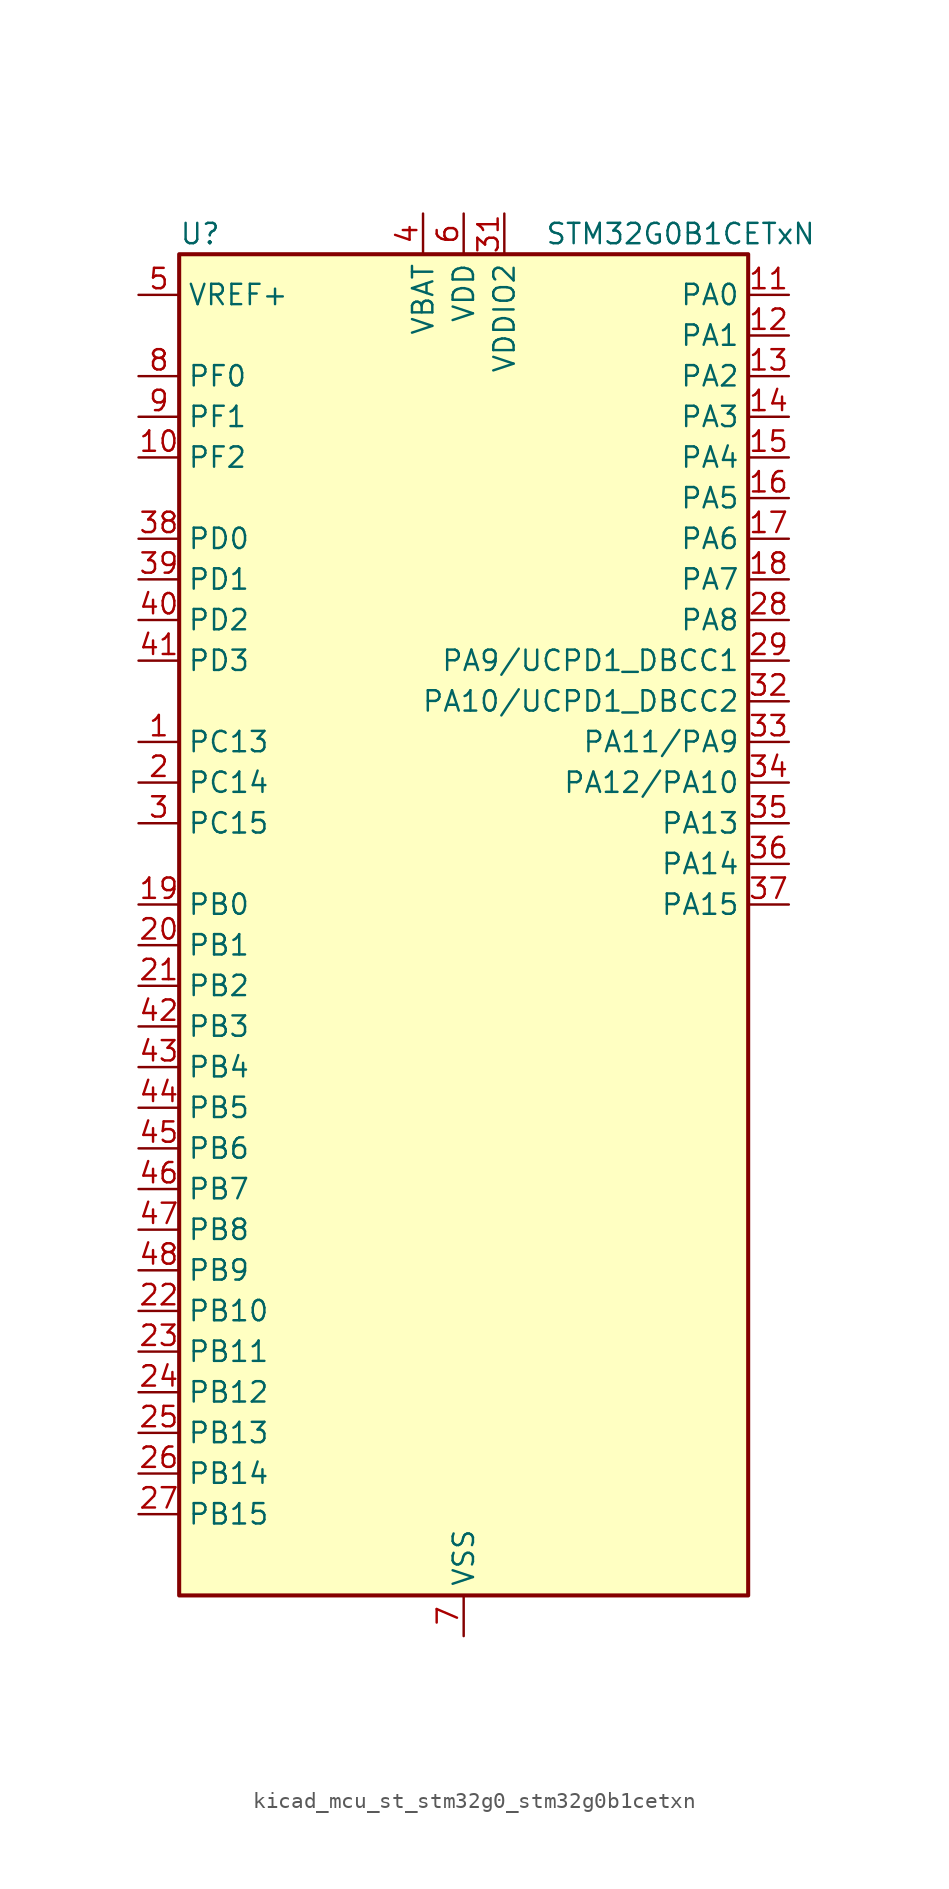
<source format=kicad_sym>
(kicad_symbol_lib
  (version 20220914)
  (generator kicad_symbol_editor)
  (symbol "kicad_mcu_st_stm32g0_stm32g0b1cetxn"
    (property "Reference" "U"
      (at -17.78 44.45 0)
      (effects (font (size 1.27 1.27)) (justify left)))
    (property "Value" "STM32G0B1CETxN"
      (at 5.08 44.45 0)
      (effects (font (size 1.27 1.27)) (justify left)))
    (property "ki_locked" ""
      (at 0 0 0)
      (effects (font (size 1.27 1.27))))
    (symbol "kicad_mcu_st_stm32g0_stm32g0b1cetxn_0_1"
      (rectangle (start -17.78 -40.64) (end 17.78 43.18) (stroke (width 0.254) (type default)) (fill (type background))))
    (symbol "kicad_mcu_st_stm32g0_stm32g0b1cetxn_1_1"
      (pin bidirectional line (at -20.32 12.7 0) (length 2.54) (name "PC13" (effects (font (size 1.27 1.27)))) (number "1" (effects (font (size 1.27 1.27)))) (alternate "RTC_OUT1" bidirectional line) (alternate "RTC_TAMP_IN1" bidirectional line) (alternate "RTC_TS" bidirectional line) (alternate "SYS_WKUP2" bidirectional line) (alternate "TIM1_BK" bidirectional line))
      (pin bidirectional line (at -20.32 30.48 0) (length 2.54) (name "PF2" (effects (font (size 1.27 1.27)))) (number "10" (effects (font (size 1.27 1.27)))) (alternate "LPUART2_DE" bidirectional line) (alternate "LPUART2_RTS" bidirectional line) (alternate "LPUART2_TX" bidirectional line) (alternate "RCC_MCO" bidirectional line))
      (pin bidirectional line (at 20.32 40.64 180) (length 2.54) (name "PA0" (effects (font (size 1.27 1.27)))) (number "11" (effects (font (size 1.27 1.27)))) (alternate "ADC1_IN0" bidirectional line) (alternate "COMP1_INM" bidirectional line) (alternate "COMP1_OUT" bidirectional line) (alternate "I2S2_CK" bidirectional line) (alternate "LPTIM1_OUT" bidirectional line) (alternate "RTC_TAMP_IN2" bidirectional line) (alternate "SPI2_SCK" bidirectional line) (alternate "SYS_WKUP1" bidirectional line) (alternate "TIM2_CH1" bidirectional line) (alternate "TIM2_ETR" bidirectional line) (alternate "UCPD2_FRSTX1" bidirectional line) (alternate "UCPD2_FRSTX2" bidirectional line) (alternate "USART2_CTS" bidirectional line) (alternate "USART2_NSS" bidirectional line) (alternate "USART4_TX" bidirectional line))
      (pin bidirectional line (at 20.32 38.1 180) (length 2.54) (name "PA1" (effects (font (size 1.27 1.27)))) (number "12" (effects (font (size 1.27 1.27)))) (alternate "ADC1_IN1" bidirectional line) (alternate "COMP1_INP" bidirectional line) (alternate "I2C1_SMBA" bidirectional line) (alternate "I2S1_CK" bidirectional line) (alternate "SPI1_SCK" bidirectional line) (alternate "TIM15_CH1N" bidirectional line) (alternate "TIM2_CH2" bidirectional line) (alternate "USART2_CK" bidirectional line) (alternate "USART2_DE" bidirectional line) (alternate "USART2_RTS" bidirectional line) (alternate "USART4_RX" bidirectional line))
      (pin bidirectional line (at 20.32 35.56 180) (length 2.54) (name "PA2" (effects (font (size 1.27 1.27)))) (number "13" (effects (font (size 1.27 1.27)))) (alternate "ADC1_IN2" bidirectional line) (alternate "COMP2_INM" bidirectional line) (alternate "COMP2_OUT" bidirectional line) (alternate "I2S1_SD" bidirectional line) (alternate "LPUART1_TX" bidirectional line) (alternate "RCC_LSCO" bidirectional line) (alternate "SPI1_MOSI" bidirectional line) (alternate "SYS_WKUP4" bidirectional line) (alternate "TIM15_CH1" bidirectional line) (alternate "TIM2_CH3" bidirectional line) (alternate "UCPD1_FRSTX1" bidirectional line) (alternate "UCPD1_FRSTX2" bidirectional line) (alternate "USART2_TX" bidirectional line))
      (pin bidirectional line (at 20.32 33.02 180) (length 2.54) (name "PA3" (effects (font (size 1.27 1.27)))) (number "14" (effects (font (size 1.27 1.27)))) (alternate "ADC1_IN3" bidirectional line) (alternate "COMP2_INP" bidirectional line) (alternate "I2S2_MCK" bidirectional line) (alternate "LPUART1_RX" bidirectional line) (alternate "SPI2_MISO" bidirectional line) (alternate "TIM15_CH2" bidirectional line) (alternate "TIM2_CH4" bidirectional line) (alternate "UCPD2_FRSTX1" bidirectional line) (alternate "UCPD2_FRSTX2" bidirectional line) (alternate "USART2_RX" bidirectional line))
      (pin bidirectional line (at 20.32 30.48 180) (length 2.54) (name "PA4" (effects (font (size 1.27 1.27)))) (number "15" (effects (font (size 1.27 1.27)))) (alternate "ADC1_IN4" bidirectional line) (alternate "DAC1_OUT1" bidirectional line) (alternate "I2S1_WS" bidirectional line) (alternate "I2S2_SD" bidirectional line) (alternate "LPTIM2_OUT" bidirectional line) (alternate "RTC_OUT2" bidirectional line) (alternate "SPI1_NSS" bidirectional line) (alternate "SPI2_MOSI" bidirectional line) (alternate "SPI3_NSS" bidirectional line) (alternate "TIM14_CH1" bidirectional line) (alternate "UCPD2_FRSTX1" bidirectional line) (alternate "UCPD2_FRSTX2" bidirectional line) (alternate "USART6_TX" bidirectional line) (alternate "USB_NOE" bidirectional line))
      (pin bidirectional line (at 20.32 27.94 180) (length 2.54) (name "PA5" (effects (font (size 1.27 1.27)))) (number "16" (effects (font (size 1.27 1.27)))) (alternate "ADC1_IN5" bidirectional line) (alternate "CEC" bidirectional line) (alternate "DAC1_OUT2" bidirectional line) (alternate "I2S1_CK" bidirectional line) (alternate "LPTIM2_ETR" bidirectional line) (alternate "SPI1_SCK" bidirectional line) (alternate "TIM2_CH1" bidirectional line) (alternate "TIM2_ETR" bidirectional line) (alternate "UCPD1_FRSTX1" bidirectional line) (alternate "UCPD1_FRSTX2" bidirectional line) (alternate "USART3_TX" bidirectional line) (alternate "USART6_RX" bidirectional line))
      (pin bidirectional line (at 20.32 25.4 180) (length 2.54) (name "PA6" (effects (font (size 1.27 1.27)))) (number "17" (effects (font (size 1.27 1.27)))) (alternate "ADC1_IN6" bidirectional line) (alternate "COMP1_OUT" bidirectional line) (alternate "I2C2_SDA" bidirectional line) (alternate "I2C3_SDA" bidirectional line) (alternate "I2S1_MCK" bidirectional line) (alternate "LPUART1_CTS" bidirectional line) (alternate "SPI1_MISO" bidirectional line) (alternate "TIM16_CH1" bidirectional line) (alternate "TIM1_BK" bidirectional line) (alternate "TIM3_CH1" bidirectional line) (alternate "USART3_CTS" bidirectional line) (alternate "USART3_NSS" bidirectional line) (alternate "USART6_CTS" bidirectional line) (alternate "USART6_NSS" bidirectional line))
      (pin bidirectional line (at 20.32 22.86 180) (length 2.54) (name "PA7" (effects (font (size 1.27 1.27)))) (number "18" (effects (font (size 1.27 1.27)))) (alternate "ADC1_IN7" bidirectional line) (alternate "COMP2_OUT" bidirectional line) (alternate "I2C2_SCL" bidirectional line) (alternate "I2C3_SCL" bidirectional line) (alternate "I2S1_SD" bidirectional line) (alternate "SPI1_MOSI" bidirectional line) (alternate "TIM14_CH1" bidirectional line) (alternate "TIM17_CH1" bidirectional line) (alternate "TIM1_CH1N" bidirectional line) (alternate "TIM3_CH2" bidirectional line) (alternate "UCPD1_FRSTX1" bidirectional line) (alternate "UCPD1_FRSTX2" bidirectional line) (alternate "USART6_CK" bidirectional line) (alternate "USART6_DE" bidirectional line) (alternate "USART6_RTS" bidirectional line))
      (pin bidirectional line (at -20.32 2.54 0) (length 2.54) (name "PB0" (effects (font (size 1.27 1.27)))) (number "19" (effects (font (size 1.27 1.27)))) (alternate "ADC1_IN8" bidirectional line) (alternate "COMP1_OUT" bidirectional line) (alternate "COMP3_INP" bidirectional line) (alternate "FDCAN2_RX" bidirectional line) (alternate "I2S1_WS" bidirectional line) (alternate "LPTIM1_OUT" bidirectional line) (alternate "LPUART2_CTS" bidirectional line) (alternate "SPI1_NSS" bidirectional line) (alternate "TIM1_CH2N" bidirectional line) (alternate "TIM3_CH3" bidirectional line) (alternate "UCPD1_FRSTX1" bidirectional line) (alternate "UCPD1_FRSTX2" bidirectional line) (alternate "USART3_RX" bidirectional line) (alternate "USART5_TX" bidirectional line))
      (pin bidirectional line (at -20.32 10.16 0) (length 2.54) (name "PC14" (effects (font (size 1.27 1.27)))) (number "2" (effects (font (size 1.27 1.27)))) (alternate "RCC_OSC32_IN" bidirectional line) (alternate "TIM1_BK2" bidirectional line))
      (pin bidirectional line (at -20.32 0 0) (length 2.54) (name "PB1" (effects (font (size 1.27 1.27)))) (number "20" (effects (font (size 1.27 1.27)))) (alternate "ADC1_IN9" bidirectional line) (alternate "COMP1_INM" bidirectional line) (alternate "COMP3_OUT" bidirectional line) (alternate "FDCAN2_TX" bidirectional line) (alternate "LPTIM2_IN1" bidirectional line) (alternate "LPUART1_DE" bidirectional line) (alternate "LPUART1_RTS" bidirectional line) (alternate "LPUART2_DE" bidirectional line) (alternate "LPUART2_RTS" bidirectional line) (alternate "TIM14_CH1" bidirectional line) (alternate "TIM1_CH3N" bidirectional line) (alternate "TIM3_CH4" bidirectional line) (alternate "USART3_CK" bidirectional line) (alternate "USART3_DE" bidirectional line) (alternate "USART3_RTS" bidirectional line) (alternate "USART5_RX" bidirectional line))
      (pin bidirectional line (at -20.32 -2.54 0) (length 2.54) (name "PB2" (effects (font (size 1.27 1.27)))) (number "21" (effects (font (size 1.27 1.27)))) (alternate "ADC1_IN10" bidirectional line) (alternate "COMP1_INP" bidirectional line) (alternate "COMP3_INM" bidirectional line) (alternate "I2S2_MCK" bidirectional line) (alternate "LPTIM1_OUT" bidirectional line) (alternate "RCC_MCO_2" bidirectional line) (alternate "SPI2_MISO" bidirectional line) (alternate "USART3_TX" bidirectional line))
      (pin bidirectional line (at -20.32 -22.86 0) (length 2.54) (name "PB10" (effects (font (size 1.27 1.27)))) (number "22" (effects (font (size 1.27 1.27)))) (alternate "ADC1_IN11" bidirectional line) (alternate "CEC" bidirectional line) (alternate "COMP1_OUT" bidirectional line) (alternate "I2C2_SCL" bidirectional line) (alternate "I2S2_CK" bidirectional line) (alternate "LPUART1_RX" bidirectional line) (alternate "SPI2_SCK" bidirectional line) (alternate "TIM2_CH3" bidirectional line) (alternate "USART3_TX" bidirectional line))
      (pin bidirectional line (at -20.32 -25.4 0) (length 2.54) (name "PB11" (effects (font (size 1.27 1.27)))) (number "23" (effects (font (size 1.27 1.27)))) (alternate "ADC1_EXTI11" bidirectional line) (alternate "ADC1_IN15" bidirectional line) (alternate "COMP2_OUT" bidirectional line) (alternate "I2C2_SDA" bidirectional line) (alternate "I2S2_SD" bidirectional line) (alternate "LPUART1_TX" bidirectional line) (alternate "SPI2_MOSI" bidirectional line) (alternate "TIM2_CH4" bidirectional line) (alternate "USART3_RX" bidirectional line))
      (pin bidirectional line (at -20.32 -27.94 0) (length 2.54) (name "PB12" (effects (font (size 1.27 1.27)))) (number "24" (effects (font (size 1.27 1.27)))) (alternate "ADC1_IN16" bidirectional line) (alternate "FDCAN2_RX" bidirectional line) (alternate "I2C2_SMBA" bidirectional line) (alternate "I2S2_WS" bidirectional line) (alternate "LPUART1_DE" bidirectional line) (alternate "LPUART1_RTS" bidirectional line) (alternate "SPI2_NSS" bidirectional line) (alternate "TIM15_BK" bidirectional line) (alternate "TIM1_BK" bidirectional line) (alternate "UCPD2_FRSTX1" bidirectional line) (alternate "UCPD2_FRSTX2" bidirectional line))
      (pin bidirectional line (at -20.32 -30.48 0) (length 2.54) (name "PB13" (effects (font (size 1.27 1.27)))) (number "25" (effects (font (size 1.27 1.27)))) (alternate "FDCAN2_TX" bidirectional line) (alternate "I2C2_SCL" bidirectional line) (alternate "I2S2_CK" bidirectional line) (alternate "LPUART1_CTS" bidirectional line) (alternate "SPI2_SCK" bidirectional line) (alternate "TIM15_CH1N" bidirectional line) (alternate "TIM1_CH1N" bidirectional line) (alternate "USART3_CTS" bidirectional line) (alternate "USART3_NSS" bidirectional line))
      (pin bidirectional line (at -20.32 -33.02 0) (length 2.54) (name "PB14" (effects (font (size 1.27 1.27)))) (number "26" (effects (font (size 1.27 1.27)))) (alternate "I2C2_SDA" bidirectional line) (alternate "I2S2_MCK" bidirectional line) (alternate "SPI2_MISO" bidirectional line) (alternate "TIM15_CH1" bidirectional line) (alternate "TIM1_CH2N" bidirectional line) (alternate "UCPD1_FRSTX1" bidirectional line) (alternate "UCPD1_FRSTX2" bidirectional line) (alternate "USART3_CK" bidirectional line) (alternate "USART3_DE" bidirectional line) (alternate "USART3_RTS" bidirectional line) (alternate "USART6_CK" bidirectional line) (alternate "USART6_DE" bidirectional line) (alternate "USART6_RTS" bidirectional line))
      (pin bidirectional line (at -20.32 -35.56 0) (length 2.54) (name "PB15" (effects (font (size 1.27 1.27)))) (number "27" (effects (font (size 1.27 1.27)))) (alternate "I2S2_SD" bidirectional line) (alternate "RTC_REFIN" bidirectional line) (alternate "SPI2_MOSI" bidirectional line) (alternate "TIM15_CH1N" bidirectional line) (alternate "TIM15_CH2" bidirectional line) (alternate "TIM1_CH3N" bidirectional line) (alternate "UCPD1_CC2" bidirectional line) (alternate "USART6_CTS" bidirectional line) (alternate "USART6_NSS" bidirectional line))
      (pin bidirectional line (at 20.32 20.32 180) (length 2.54) (name "PA8" (effects (font (size 1.27 1.27)))) (number "28" (effects (font (size 1.27 1.27)))) (alternate "CRS1_SYNC" bidirectional line) (alternate "I2C2_SMBA" bidirectional line) (alternate "I2S2_WS" bidirectional line) (alternate "LPTIM2_OUT" bidirectional line) (alternate "RCC_MCO" bidirectional line) (alternate "SPI2_NSS" bidirectional line) (alternate "TIM1_CH1" bidirectional line) (alternate "UCPD1_CC1" bidirectional line))
      (pin bidirectional line (at 20.32 17.78 180) (length 2.54) (name "PA9/UCPD1_DBCC1" (effects (font (size 1.27 1.27)))) (number "29" (effects (font (size 1.27 1.27)))) (alternate "DAC1_EXTI9" bidirectional line) (alternate "I2C1_SCL" bidirectional line) (alternate "I2C2_SCL" bidirectional line) (alternate "I2S2_MCK" bidirectional line) (alternate "RCC_MCO" bidirectional line) (alternate "SPI2_MISO" bidirectional line) (alternate "TIM15_BK" bidirectional line) (alternate "TIM1_CH2" bidirectional line) (alternate "UCPD1_DBCC1" bidirectional line) (alternate "USART1_TX" bidirectional line))
      (pin bidirectional line (at -20.32 7.62 0) (length 2.54) (name "PC15" (effects (font (size 1.27 1.27)))) (number "3" (effects (font (size 1.27 1.27)))) (alternate "RCC_OSC32_EN" bidirectional line) (alternate "RCC_OSC32_OUT" bidirectional line) (alternate "RCC_OSC_EN" bidirectional line) (alternate "TIM15_BK" bidirectional line))
      (pin passive line (at 0 -43.18 90) (length 2.54) hide (name "VSS" (effects (font (size 1.27 1.27)))) (number "30" (effects (font (size 1.27 1.27)))))
      (pin power_in line (at 2.54 45.72 270) (length 2.54) (name "VDDIO2" (effects (font (size 1.27 1.27)))) (number "31" (effects (font (size 1.27 1.27)))))
      (pin bidirectional line (at 20.32 15.24 180) (length 2.54) (name "PA10/UCPD1_DBCC2" (effects (font (size 1.27 1.27)))) (number "32" (effects (font (size 1.27 1.27)))) (alternate "I2C1_SDA" bidirectional line) (alternate "I2C2_SDA" bidirectional line) (alternate "I2S2_SD" bidirectional line) (alternate "RCC_MCO_2" bidirectional line) (alternate "SPI2_MOSI" bidirectional line) (alternate "TIM17_BK" bidirectional line) (alternate "TIM1_CH3" bidirectional line) (alternate "UCPD1_DBCC2" bidirectional line) (alternate "USART1_RX" bidirectional line))
      (pin bidirectional line (at 20.32 12.7 180) (length 2.54) (name "PA11/PA9" (effects (font (size 1.27 1.27)))) (number "33" (effects (font (size 1.27 1.27)))) (alternate "ADC1_EXTI11" bidirectional line) (alternate "COMP1_OUT" bidirectional line) (alternate "FDCAN1_RX" bidirectional line) (alternate "I2C2_SCL" bidirectional line) (alternate "I2S1_MCK" bidirectional line) (alternate "SPI1_MISO" bidirectional line) (alternate "TIM1_BK2" bidirectional line) (alternate "TIM1_CH4" bidirectional line) (alternate "USART1_CTS" bidirectional line) (alternate "USART1_NSS" bidirectional line) (alternate "USB_DM" bidirectional line))
      (pin bidirectional line (at 20.32 10.16 180) (length 2.54) (name "PA12/PA10" (effects (font (size 1.27 1.27)))) (number "34" (effects (font (size 1.27 1.27)))) (alternate "COMP2_OUT" bidirectional line) (alternate "FDCAN1_TX" bidirectional line) (alternate "I2C2_SDA" bidirectional line) (alternate "I2S1_SD" bidirectional line) (alternate "I2S_CKIN" bidirectional line) (alternate "SPI1_MOSI" bidirectional line) (alternate "TIM1_ETR" bidirectional line) (alternate "USART1_CK" bidirectional line) (alternate "USART1_DE" bidirectional line) (alternate "USART1_RTS" bidirectional line) (alternate "USB_DP" bidirectional line))
      (pin bidirectional line (at 20.32 7.62 180) (length 2.54) (name "PA13" (effects (font (size 1.27 1.27)))) (number "35" (effects (font (size 1.27 1.27)))) (alternate "IR_OUT" bidirectional line) (alternate "LPUART2_RX" bidirectional line) (alternate "SYS_SWDIO" bidirectional line) (alternate "USB_NOE" bidirectional line))
      (pin bidirectional line (at 20.32 5.08 180) (length 2.54) (name "PA14" (effects (font (size 1.27 1.27)))) (number "36" (effects (font (size 1.27 1.27)))) (alternate "LPUART2_TX" bidirectional line) (alternate "SYS_SWCLK" bidirectional line) (alternate "USART2_TX" bidirectional line))
      (pin bidirectional line (at 20.32 2.54 180) (length 2.54) (name "PA15" (effects (font (size 1.27 1.27)))) (number "37" (effects (font (size 1.27 1.27)))) (alternate "I2C2_SMBA" bidirectional line) (alternate "I2S1_WS" bidirectional line) (alternate "RCC_MCO_2" bidirectional line) (alternate "SPI1_NSS" bidirectional line) (alternate "SPI3_NSS" bidirectional line) (alternate "TIM2_CH1" bidirectional line) (alternate "TIM2_ETR" bidirectional line) (alternate "USART2_RX" bidirectional line) (alternate "USART3_CK" bidirectional line) (alternate "USART3_DE" bidirectional line) (alternate "USART3_RTS" bidirectional line) (alternate "USART4_CK" bidirectional line) (alternate "USART4_DE" bidirectional line) (alternate "USART4_RTS" bidirectional line) (alternate "USB_NOE" bidirectional line))
      (pin bidirectional line (at -20.32 25.4 0) (length 2.54) (name "PD0" (effects (font (size 1.27 1.27)))) (number "38" (effects (font (size 1.27 1.27)))) (alternate "FDCAN1_RX" bidirectional line) (alternate "I2S2_WS" bidirectional line) (alternate "SPI2_NSS" bidirectional line) (alternate "TIM16_CH1" bidirectional line) (alternate "UCPD2_CC1" bidirectional line))
      (pin bidirectional line (at -20.32 22.86 0) (length 2.54) (name "PD1" (effects (font (size 1.27 1.27)))) (number "39" (effects (font (size 1.27 1.27)))) (alternate "FDCAN1_TX" bidirectional line) (alternate "I2S2_CK" bidirectional line) (alternate "SPI2_SCK" bidirectional line) (alternate "TIM17_CH1" bidirectional line) (alternate "UCPD2_DBCC1" bidirectional line))
      (pin power_in line (at -2.54 45.72 270) (length 2.54) (name "VBAT" (effects (font (size 1.27 1.27)))) (number "4" (effects (font (size 1.27 1.27)))))
      (pin bidirectional line (at -20.32 20.32 0) (length 2.54) (name "PD2" (effects (font (size 1.27 1.27)))) (number "40" (effects (font (size 1.27 1.27)))) (alternate "TIM1_CH1N" bidirectional line) (alternate "TIM3_ETR" bidirectional line) (alternate "UCPD2_CC2" bidirectional line) (alternate "USART3_CK" bidirectional line) (alternate "USART3_DE" bidirectional line) (alternate "USART3_RTS" bidirectional line) (alternate "USART5_RX" bidirectional line))
      (pin bidirectional line (at -20.32 17.78 0) (length 2.54) (name "PD3" (effects (font (size 1.27 1.27)))) (number "41" (effects (font (size 1.27 1.27)))) (alternate "I2S2_MCK" bidirectional line) (alternate "SPI2_MISO" bidirectional line) (alternate "TIM1_CH2N" bidirectional line) (alternate "UCPD2_DBCC2" bidirectional line) (alternate "USART2_CTS" bidirectional line) (alternate "USART2_NSS" bidirectional line) (alternate "USART5_TX" bidirectional line))
      (pin bidirectional line (at -20.32 -5.08 0) (length 2.54) (name "PB3" (effects (font (size 1.27 1.27)))) (number "42" (effects (font (size 1.27 1.27)))) (alternate "COMP2_INM" bidirectional line) (alternate "I2C2_SCL" bidirectional line) (alternate "I2C3_SCL" bidirectional line) (alternate "I2S1_CK" bidirectional line) (alternate "SPI1_SCK" bidirectional line) (alternate "SPI3_SCK" bidirectional line) (alternate "TIM1_CH2" bidirectional line) (alternate "TIM2_CH2" bidirectional line) (alternate "USART1_CK" bidirectional line) (alternate "USART1_DE" bidirectional line) (alternate "USART1_RTS" bidirectional line) (alternate "USART5_TX" bidirectional line))
      (pin bidirectional line (at -20.32 -7.62 0) (length 2.54) (name "PB4" (effects (font (size 1.27 1.27)))) (number "43" (effects (font (size 1.27 1.27)))) (alternate "COMP2_INP" bidirectional line) (alternate "I2C2_SDA" bidirectional line) (alternate "I2C3_SDA" bidirectional line) (alternate "I2S1_MCK" bidirectional line) (alternate "SPI1_MISO" bidirectional line) (alternate "SPI3_MISO" bidirectional line) (alternate "TIM17_BK" bidirectional line) (alternate "TIM3_CH1" bidirectional line) (alternate "USART1_CTS" bidirectional line) (alternate "USART1_NSS" bidirectional line) (alternate "USART5_RX" bidirectional line))
      (pin bidirectional line (at -20.32 -10.16 0) (length 2.54) (name "PB5" (effects (font (size 1.27 1.27)))) (number "44" (effects (font (size 1.27 1.27)))) (alternate "COMP2_OUT" bidirectional line) (alternate "FDCAN2_RX" bidirectional line) (alternate "I2C1_SMBA" bidirectional line) (alternate "I2S1_SD" bidirectional line) (alternate "LPTIM1_IN1" bidirectional line) (alternate "SPI1_MOSI" bidirectional line) (alternate "SPI3_MOSI" bidirectional line) (alternate "SYS_WKUP6" bidirectional line) (alternate "TIM16_BK" bidirectional line) (alternate "TIM3_CH2" bidirectional line) (alternate "USART5_CK" bidirectional line) (alternate "USART5_DE" bidirectional line) (alternate "USART5_RTS" bidirectional line))
      (pin bidirectional line (at -20.32 -12.7 0) (length 2.54) (name "PB6" (effects (font (size 1.27 1.27)))) (number "45" (effects (font (size 1.27 1.27)))) (alternate "COMP2_INP" bidirectional line) (alternate "FDCAN2_TX" bidirectional line) (alternate "I2C1_SCL" bidirectional line) (alternate "I2S2_MCK" bidirectional line) (alternate "LPTIM1_ETR" bidirectional line) (alternate "LPUART2_TX" bidirectional line) (alternate "SPI2_MISO" bidirectional line) (alternate "TIM16_CH1N" bidirectional line) (alternate "TIM1_CH3" bidirectional line) (alternate "TIM4_CH1" bidirectional line) (alternate "USART1_TX" bidirectional line) (alternate "USART5_CTS" bidirectional line) (alternate "USART5_NSS" bidirectional line))
      (pin bidirectional line (at -20.32 -15.24 0) (length 2.54) (name "PB7" (effects (font (size 1.27 1.27)))) (number "46" (effects (font (size 1.27 1.27)))) (alternate "COMP2_INM" bidirectional line) (alternate "I2C1_SDA" bidirectional line) (alternate "I2S2_SD" bidirectional line) (alternate "LPTIM1_IN2" bidirectional line) (alternate "LPUART2_RX" bidirectional line) (alternate "SPI2_MOSI" bidirectional line) (alternate "SYS_PVD_IN" bidirectional line) (alternate "TIM17_CH1N" bidirectional line) (alternate "TIM4_CH2" bidirectional line) (alternate "USART1_RX" bidirectional line) (alternate "USART4_CTS" bidirectional line) (alternate "USART4_NSS" bidirectional line))
      (pin bidirectional line (at -20.32 -17.78 0) (length 2.54) (name "PB8" (effects (font (size 1.27 1.27)))) (number "47" (effects (font (size 1.27 1.27)))) (alternate "CEC" bidirectional line) (alternate "FDCAN1_RX" bidirectional line) (alternate "I2C1_SCL" bidirectional line) (alternate "I2S2_CK" bidirectional line) (alternate "SPI2_SCK" bidirectional line) (alternate "TIM15_BK" bidirectional line) (alternate "TIM16_CH1" bidirectional line) (alternate "TIM4_CH3" bidirectional line) (alternate "USART3_TX" bidirectional line) (alternate "USART6_TX" bidirectional line))
      (pin bidirectional line (at -20.32 -20.32 0) (length 2.54) (name "PB9" (effects (font (size 1.27 1.27)))) (number "48" (effects (font (size 1.27 1.27)))) (alternate "DAC1_EXTI9" bidirectional line) (alternate "FDCAN1_TX" bidirectional line) (alternate "I2C1_SDA" bidirectional line) (alternate "I2S2_WS" bidirectional line) (alternate "IR_OUT" bidirectional line) (alternate "SPI2_NSS" bidirectional line) (alternate "TIM17_CH1" bidirectional line) (alternate "TIM4_CH4" bidirectional line) (alternate "UCPD2_FRSTX1" bidirectional line) (alternate "UCPD2_FRSTX2" bidirectional line) (alternate "USART3_RX" bidirectional line) (alternate "USART6_RX" bidirectional line))
      (pin input line (at -20.32 40.64 0) (length 2.54) (name "VREF+" (effects (font (size 1.27 1.27)))) (number "5" (effects (font (size 1.27 1.27)))) (alternate "VREFBUF_OUT" bidirectional line))
      (pin power_in line (at 0 45.72 270) (length 2.54) (name "VDD" (effects (font (size 1.27 1.27)))) (number "6" (effects (font (size 1.27 1.27)))))
      (pin power_in line (at 0 -43.18 90) (length 2.54) (name "VSS" (effects (font (size 1.27 1.27)))) (number "7" (effects (font (size 1.27 1.27)))))
      (pin bidirectional line (at -20.32 35.56 0) (length 2.54) (name "PF0" (effects (font (size 1.27 1.27)))) (number "8" (effects (font (size 1.27 1.27)))) (alternate "CRS1_SYNC" bidirectional line) (alternate "RCC_OSC_IN" bidirectional line) (alternate "TIM14_CH1" bidirectional line))
      (pin bidirectional line (at -20.32 33.02 0) (length 2.54) (name "PF1" (effects (font (size 1.27 1.27)))) (number "9" (effects (font (size 1.27 1.27)))) (alternate "RCC_OSC_EN" bidirectional line) (alternate "RCC_OSC_OUT" bidirectional line) (alternate "TIM15_CH1N" bidirectional line)))))
</source>
